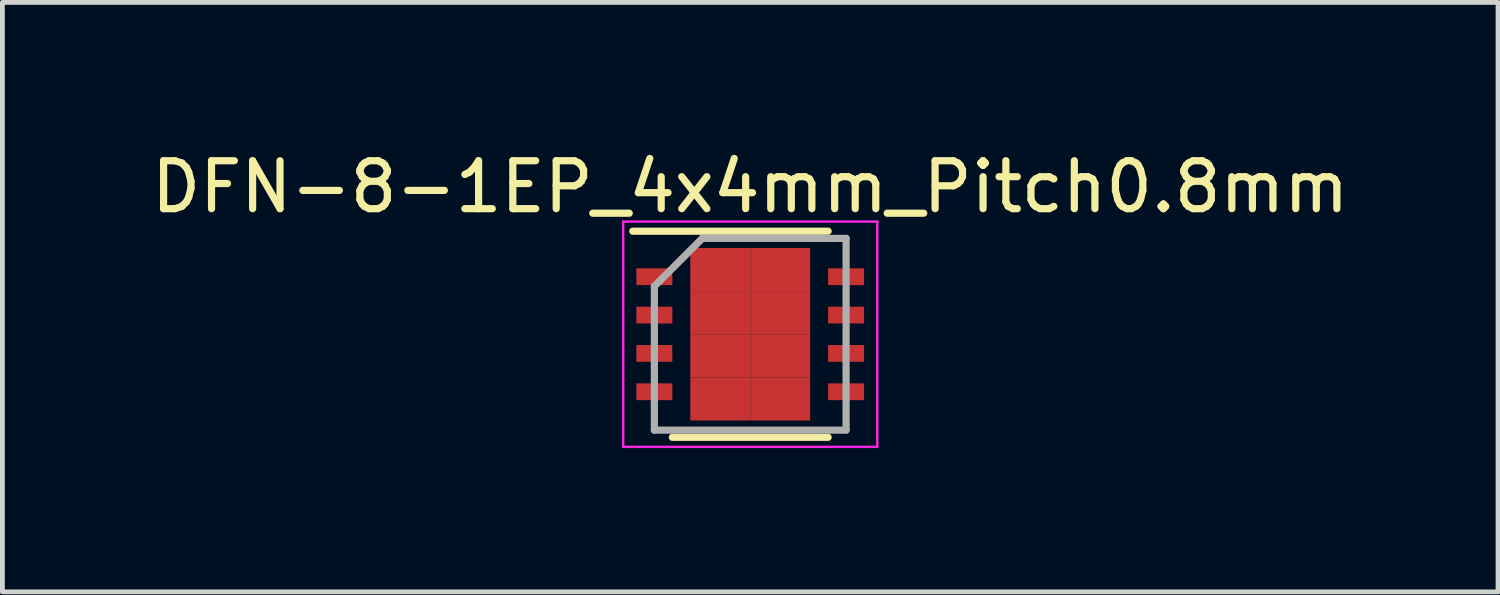
<source format=kicad_pcb>
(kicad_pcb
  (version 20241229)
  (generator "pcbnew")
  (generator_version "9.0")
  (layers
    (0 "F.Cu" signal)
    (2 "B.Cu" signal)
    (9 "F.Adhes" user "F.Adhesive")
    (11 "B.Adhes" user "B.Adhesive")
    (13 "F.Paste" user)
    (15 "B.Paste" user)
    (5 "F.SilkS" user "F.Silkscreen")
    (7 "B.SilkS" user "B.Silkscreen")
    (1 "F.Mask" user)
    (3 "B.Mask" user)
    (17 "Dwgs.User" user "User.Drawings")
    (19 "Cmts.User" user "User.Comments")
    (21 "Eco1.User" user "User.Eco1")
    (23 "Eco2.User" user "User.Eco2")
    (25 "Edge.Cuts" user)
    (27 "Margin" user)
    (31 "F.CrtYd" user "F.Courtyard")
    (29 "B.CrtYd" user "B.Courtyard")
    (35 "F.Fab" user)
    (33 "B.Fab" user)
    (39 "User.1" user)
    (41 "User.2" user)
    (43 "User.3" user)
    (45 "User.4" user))
  (footprint "DFN-8-1EP_4x4mm_Pitch0.8mm"
    (layer "F.Cu")
    (at 12.601 3.923)
    (property "Reference" "DFN-8-1EP_4x4mm_Pitch0.8mm" (at 0 -3.075 0) (layer "F.SilkS") (effects (font (size 1 1) (thickness 0.15))))
    (attr smd)
    (fp_line (start -2.45 -2.15) (end 1.625 -2.15) (stroke (width 0.15) (type solid)) (layer "F.SilkS"))
    (fp_line (start -1.625 2.15) (end 1.625 2.15) (stroke (width 0.15) (type solid)) (layer "F.SilkS"))
    (fp_line (start -2.65 -2.35) (end -2.65 2.35) (stroke (width 0.05) (type solid)) (layer "F.CrtYd"))
    (fp_line (start -2.65 -2.35) (end 2.65 -2.35) (stroke (width 0.05) (type solid)) (layer "F.CrtYd"))
    (fp_line (start -2.65 2.35) (end 2.65 2.35) (stroke (width 0.05) (type solid)) (layer "F.CrtYd"))
    (fp_line (start 2.65 -2.35) (end 2.65 2.35) (stroke (width 0.05) (type solid)) (layer "F.CrtYd"))
    (fp_line (start -2 -1) (end -1 -2) (stroke (width 0.15) (type solid)) (layer "F.Fab"))
    (fp_line (start -2 2) (end -2 -1) (stroke (width 0.15) (type solid)) (layer "F.Fab"))
    (fp_line (start -1 -2) (end 2 -2) (stroke (width 0.15) (type solid)) (layer "F.Fab"))
    (fp_line (start 2 -2) (end 2 2) (stroke (width 0.15) (type solid)) (layer "F.Fab"))
    (fp_line (start 2 2) (end -2 2) (stroke (width 0.15) (type solid)) (layer "F.Fab"))
    (pad "1" smd rect (at -2 -1.2) (size 0.75 0.35) (layers "F.Cu" "F.Mask" "F.Paste"))
    (pad "2" smd rect (at -2 -0.4) (size 0.75 0.35) (layers "F.Cu" "F.Mask" "F.Paste"))
    (pad "3" smd rect (at -2 0.4) (size 0.75 0.35) (layers "F.Cu" "F.Mask" "F.Paste"))
    (pad "4" smd rect (at -2 1.2) (size 0.75 0.35) (layers "F.Cu" "F.Mask" "F.Paste"))
    (pad "4" smd rect (at -0.625 -1.35) (size 1.25 0.9) (layers "F.Cu" "F.Mask" "F.Paste"))
    (pad "4" smd rect (at -0.625 -0.45) (size 1.25 0.9) (layers "F.Cu" "F.Mask" "F.Paste"))
    (pad "4" smd rect (at -0.625 0.45) (size 1.25 0.9) (layers "F.Cu" "F.Mask" "F.Paste"))
    (pad "4" smd rect (at -0.625 1.35) (size 1.25 0.9) (layers "F.Cu" "F.Mask" "F.Paste"))
    (pad "4" smd rect (at 0.625 -1.35) (size 1.25 0.9) (layers "F.Cu" "F.Mask" "F.Paste"))
    (pad "4" smd rect (at 0.625 -0.45) (size 1.25 0.9) (layers "F.Cu" "F.Mask" "F.Paste"))
    (pad "4" smd rect (at 0.625 0.45) (size 1.25 0.9) (layers "F.Cu" "F.Mask" "F.Paste"))
    (pad "4" smd rect (at 0.625 1.35) (size 1.25 0.9) (layers "F.Cu" "F.Mask" "F.Paste"))
    (pad "5" smd rect (at 2 1.2) (size 0.75 0.35) (layers "F.Cu" "F.Mask" "F.Paste"))
    (pad "6" smd rect (at 2 0.4) (size 0.75 0.35) (layers "F.Cu" "F.Mask" "F.Paste"))
    (pad "7" smd rect (at 2 -0.4) (size 0.75 0.35) (layers "F.Cu" "F.Mask" "F.Paste"))
    (pad "8" smd rect (at 2 -1.2) (size 0.75 0.35) (layers "F.Cu" "F.Mask" "F.Paste")))
  (gr_rect
    (start -3 -3)
    (end 28.202 9.298)
    (stroke (width 0.1) (type default))
    (fill no)
    (layer "Edge.Cuts")))
</source>
